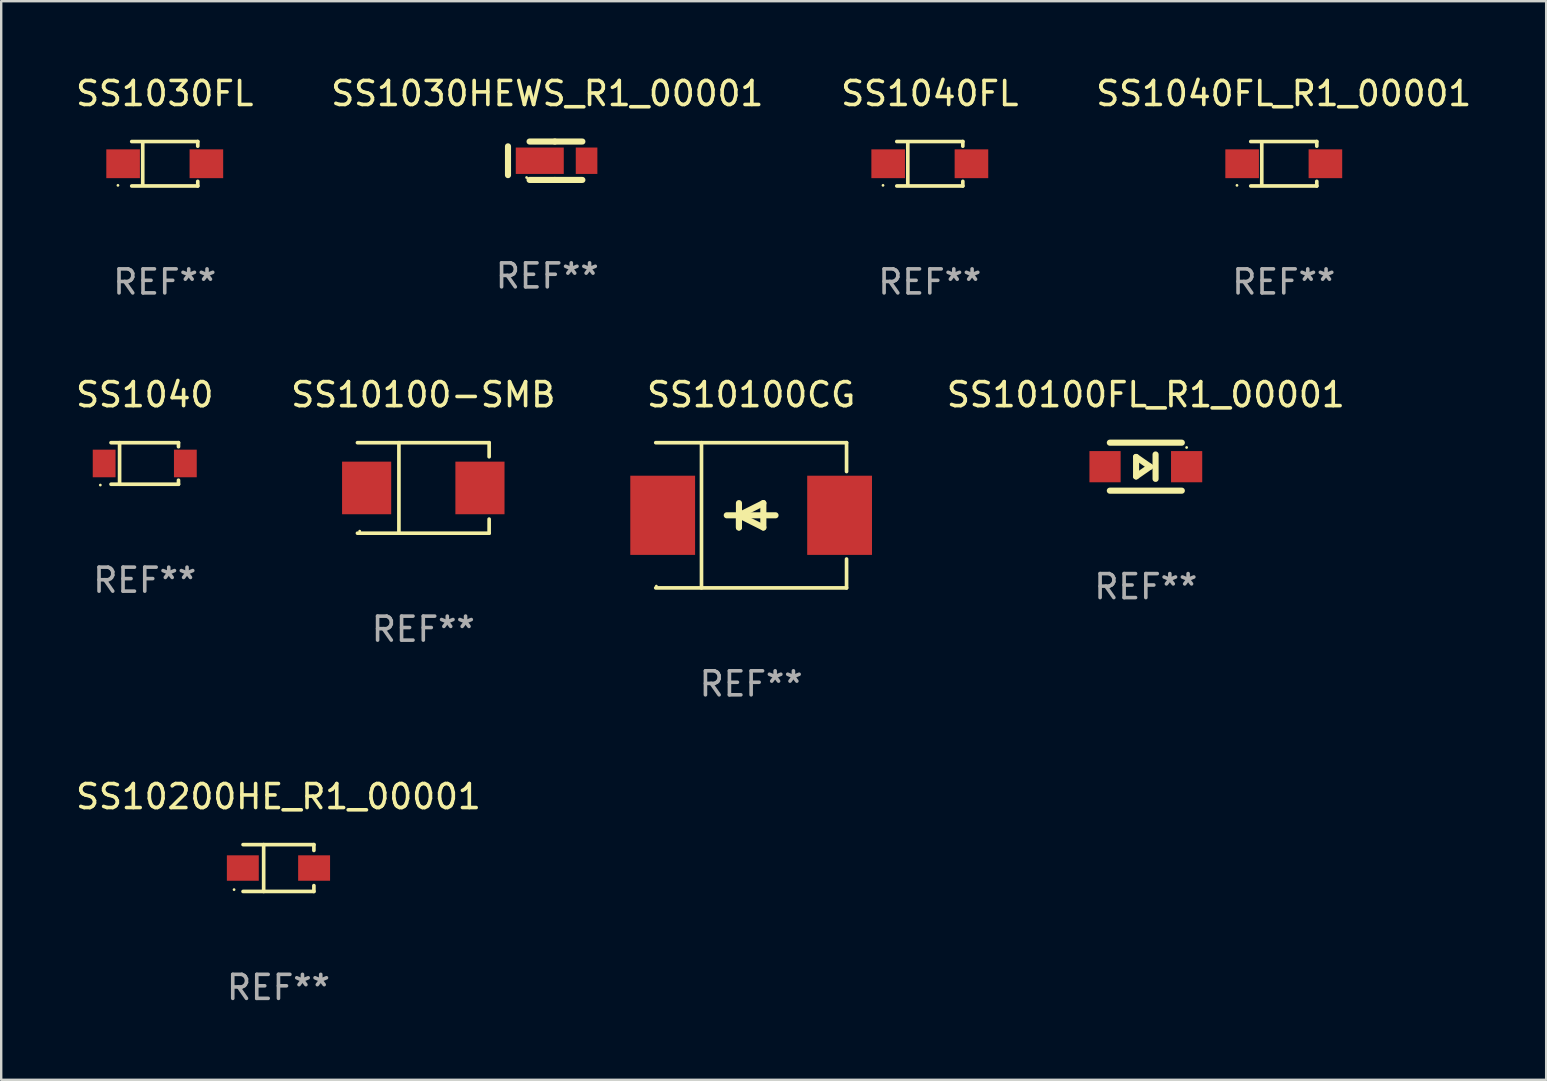
<source format=kicad_pcb>
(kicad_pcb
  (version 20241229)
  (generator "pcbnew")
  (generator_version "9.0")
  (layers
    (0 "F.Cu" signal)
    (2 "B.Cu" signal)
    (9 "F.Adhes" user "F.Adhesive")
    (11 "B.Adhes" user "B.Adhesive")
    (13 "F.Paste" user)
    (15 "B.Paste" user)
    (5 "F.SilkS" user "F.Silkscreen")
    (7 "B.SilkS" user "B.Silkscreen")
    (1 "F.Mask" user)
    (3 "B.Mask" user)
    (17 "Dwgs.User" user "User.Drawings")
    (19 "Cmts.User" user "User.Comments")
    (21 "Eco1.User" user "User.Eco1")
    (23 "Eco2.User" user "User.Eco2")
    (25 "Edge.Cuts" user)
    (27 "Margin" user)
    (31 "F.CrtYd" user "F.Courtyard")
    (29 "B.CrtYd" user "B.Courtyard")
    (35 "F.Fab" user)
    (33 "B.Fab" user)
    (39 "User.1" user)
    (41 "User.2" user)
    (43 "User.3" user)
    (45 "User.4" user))
  (footprint "SS10100CG"
    (layer "F.Cu")
    (at 28.251 18.423)
    (property "Reference" "SS10100CG" (at 0 -5.026 0) (layer "F.SilkS") (effects (font (size 1 1) (thickness 0.15))))
    (attr through_hole)
    (fp_line (start -3.976 -3.026) (end 3.976 -3.026) (stroke (width 0.152) (type solid)) (layer "F.SilkS"))
    (fp_line (start -3.976 3.026) (end 3.976 3.026) (stroke (width 0.152) (type solid)) (layer "F.SilkS"))
    (fp_line (start -2.069 -3.026) (end -2.069 3.026) (stroke (width 0.152) (type solid)) (layer "F.SilkS"))
    (fp_line (start -0.508 0) (end -0.508 0.508) (stroke (width 0.254) (type solid)) (layer "F.SilkS"))
    (fp_line (start -0.508 0) (end 0.508 0.508) (stroke (width 0.254) (type solid)) (layer "F.SilkS"))
    (fp_line (start -0.508 0.508) (end -0.508 -0.508) (stroke (width 0.254) (type solid)) (layer "F.SilkS"))
    (fp_line (start 0.508 -0.508) (end -0.508 0) (stroke (width 0.254) (type solid)) (layer "F.SilkS"))
    (fp_line (start 0.508 0.508) (end 0.508 -0.508) (stroke (width 0.254) (type solid)) (layer "F.SilkS"))
    (fp_line (start 1.016 0) (end -1.016 0) (stroke (width 0.254) (type solid)) (layer "F.SilkS"))
    (fp_line (start 3.976 -3.026) (end 3.976 -1.823) (stroke (width 0.152) (type solid)) (layer "F.SilkS"))
    (fp_line (start 3.976 3.026) (end 3.976 1.823) (stroke (width 0.152) (type solid)) (layer "F.SilkS"))
    (fp_circle (center -3.95 2.95) (end -3.92 2.95) (stroke (width 0.06) (type solid)) (fill no) (layer "F.SilkS"))
    (fp_text user "REF**" (at 0 7.026 0) (layer "F.Fab") (effects (font (size 1 1) (thickness 0.15))))
    (pad "1" smd rect (at -3.686 0) (size 2.7 3.3) (layers "F.Cu" "F.Mask" "F.Paste"))
    (pad "2" smd rect (at 3.686 0) (size 2.7 3.3) (layers "F.Cu" "F.Mask" "F.Paste")))
  (footprint "SS1040FL"
    (layer "F.Cu")
    (at 35.696 3.774)
    (property "Reference" "SS1040FL" (at 0 -2.926 0) (layer "F.SilkS") (effects (font (size 1 1) (thickness 0.15))))
    (attr through_hole)
    (fp_line (start -1.376 -0.926) (end 1.376 -0.926) (stroke (width 0.152) (type solid)) (layer "F.SilkS"))
    (fp_line (start -1.376 0.926) (end 1.376 0.926) (stroke (width 0.152) (type solid)) (layer "F.SilkS"))
    (fp_line (start -0.917 -0.876) (end -0.917 0.876) (stroke (width 0.152) (type solid)) (layer "F.SilkS"))
    (fp_line (start 1.376 -0.926) (end 1.376 -0.733) (stroke (width 0.152) (type solid)) (layer "F.SilkS"))
    (fp_line (start 1.376 0.926) (end 1.376 0.733) (stroke (width 0.152) (type solid)) (layer "F.SilkS"))
    (fp_circle (center -1.95 0.9) (end -1.92 0.9) (stroke (width 0.06) (type solid)) (fill no) (layer "F.SilkS"))
    (fp_text user "REF**" (at 0 4.926 0) (layer "F.Fab") (effects (font (size 1 1) (thickness 0.15))))
    (pad "1" smd rect (at -1.735 0) (size 1.4 1.2) (layers "F.Cu" "F.Mask" "F.Paste"))
    (pad "2" smd rect (at 1.735 0) (size 1.4 1.2) (layers "F.Cu" "F.Mask" "F.Paste")))
  (footprint "SS1030FL"
    (layer "F.Cu")
    (at 3.815 3.774)
    (property "Reference" "SS1030FL" (at 0 -2.926 0) (layer "F.SilkS") (effects (font (size 1 1) (thickness 0.15))))
    (attr through_hole)
    (fp_line (start -1.376 -0.926) (end 1.376 -0.926) (stroke (width 0.152) (type solid)) (layer "F.SilkS"))
    (fp_line (start -1.376 0.926) (end 1.376 0.926) (stroke (width 0.152) (type solid)) (layer "F.SilkS"))
    (fp_line (start -0.917 -0.876) (end -0.917 0.876) (stroke (width 0.152) (type solid)) (layer "F.SilkS"))
    (fp_line (start 1.376 -0.926) (end 1.376 -0.733) (stroke (width 0.152) (type solid)) (layer "F.SilkS"))
    (fp_line (start 1.376 0.926) (end 1.376 0.733) (stroke (width 0.152) (type solid)) (layer "F.SilkS"))
    (fp_circle (center -1.95 0.9) (end -1.92 0.9) (stroke (width 0.06) (type solid)) (fill no) (layer "F.SilkS"))
    (fp_text user "REF**" (at 0 4.926 0) (layer "F.Fab") (effects (font (size 1 1) (thickness 0.15))))
    (pad "1" smd rect (at -1.735 0) (size 1.4 1.2) (layers "F.Cu" "F.Mask" "F.Paste"))
    (pad "2" smd rect (at 1.735 0) (size 1.4 1.2) (layers "F.Cu" "F.Mask" "F.Paste")))
  (footprint "SS10100FL_R1_00001"
    (layer "F.Cu")
    (at 44.698 16.397)
    (property "Reference" "SS10100FL_R1_00001" (at 0 -3 0) (layer "F.SilkS") (effects (font (size 1 1) (thickness 0.15))))
    (attr through_hole)
    (fp_line (start -1.5 -1) (end 1.5 -1) (stroke (width 0.254) (type solid)) (layer "F.SilkS"))
    (fp_line (start -0.406 -0.406) (end 0.178 0) (stroke (width 0.254) (type solid)) (layer "F.SilkS"))
    (fp_line (start -0.406 0.406) (end -0.406 -0.406) (stroke (width 0.254) (type solid)) (layer "F.SilkS"))
    (fp_line (start 0.178 0) (end -0.406 0.406) (stroke (width 0.254) (type solid)) (layer "F.SilkS"))
    (fp_line (start 0.406 0.508) (end 0.406 -0.508) (stroke (width 0.254) (type solid)) (layer "F.SilkS"))
    (fp_line (start 1.5 1) (end -1.5 1) (stroke (width 0.254) (type solid)) (layer "F.SilkS"))
    (fp_circle (center 1.7 -0.8) (end 1.73 -0.8) (stroke (width 0.06) (type solid)) (fill no) (layer "F.SilkS"))
    (fp_text user "REF**" (at 0 5 0) (layer "F.Fab") (effects (font (size 1 1) (thickness 0.15))))
    (pad "1" smd rect (at 1.7 0 180) (size 1.3 1.3) (layers "F.Cu" "F.Mask" "F.Paste"))
    (pad "2" smd rect (at -1.7 0 180) (size 1.3 1.3) (layers "F.Cu" "F.Mask" "F.Paste")))
  (footprint "SS1030HEWS_R1_00001"
    (layer "F.Cu")
    (at 19.756 3.648)
    (property "Reference" "SS1030HEWS_R1_00001" (at 0 -2.8 0) (layer "F.SilkS") (effects (font (size 1 1) (thickness 0.15))))
    (attr through_hole)
    (fp_line (start -1.637 -0.6) (end -1.637 0.6) (stroke (width 0.254) (type solid)) (layer "F.SilkS"))
    (fp_line (start -0.738 -0.8) (end 0.314 -0.8) (stroke (width 0.254) (type solid)) (layer "F.SilkS"))
    (fp_line (start -0.738 0.8) (end 0.314 0.8) (stroke (width 0.254) (type solid)) (layer "F.SilkS"))
    (fp_line (start 0.314 0.8) (end 1.462 0.8) (stroke (width 0.254) (type solid)) (layer "F.SilkS"))
    (fp_line (start 0.314 -0.8) (end 1.462 -0.8) (stroke (width 0.254) (type solid)) (layer "F.SilkS"))
    (fp_circle (center -0.862 0.7) (end -0.832 0.7) (stroke (width 0.06) (type solid)) (fill no) (layer "F.SilkS"))
    (fp_text user "REF**" (at 0 4.8 0) (layer "F.Fab") (effects (font (size 1 1) (thickness 0.15))))
    (pad "1" smd rect (at -0.313 -0.000064) (size 2 1.1) (layers "F.Cu" "F.Mask" "F.Paste"))
    (pad "2" smd rect (at 1.637 -0.000064) (size 0.9 1.1) (layers "F.Cu" "F.Mask" "F.Paste")))
  (footprint "SS1040FL_R1_00001"
    (layer "F.Cu")
    (at 50.446 3.774)
    (property "Reference" "SS1040FL_R1_00001" (at 0 -2.926 0) (layer "F.SilkS") (effects (font (size 1 1) (thickness 0.15))))
    (attr through_hole)
    (fp_line (start -1.376 -0.926) (end 1.376 -0.926) (stroke (width 0.152) (type solid)) (layer "F.SilkS"))
    (fp_line (start -1.376 0.926) (end 1.376 0.926) (stroke (width 0.152) (type solid)) (layer "F.SilkS"))
    (fp_line (start -0.917 -0.876) (end -0.917 0.876) (stroke (width 0.152) (type solid)) (layer "F.SilkS"))
    (fp_line (start 1.376 -0.926) (end 1.376 -0.733) (stroke (width 0.152) (type solid)) (layer "F.SilkS"))
    (fp_line (start 1.376 0.926) (end 1.376 0.733) (stroke (width 0.152) (type solid)) (layer "F.SilkS"))
    (fp_circle (center -1.95 0.9) (end -1.92 0.9) (stroke (width 0.06) (type solid)) (fill no) (layer "F.SilkS"))
    (fp_text user "REF**" (at 0 4.926 0) (layer "F.Fab") (effects (font (size 1 1) (thickness 0.15))))
    (pad "1" smd rect (at -1.735 0) (size 1.4 1.2) (layers "F.Cu" "F.Mask" "F.Paste"))
    (pad "2" smd rect (at 1.735 0) (size 1.4 1.2) (layers "F.Cu" "F.Mask" "F.Paste")))
  (footprint "SS10200HE_R1_00001"
    (layer "F.Cu")
    (at 8.554 33.122)
    (property "Reference" "SS10200HE_R1_00001" (at 0 -2.976 0) (layer "F.SilkS") (effects (font (size 1 1) (thickness 0.15))))
    (attr through_hole)
    (fp_line (start -1.476 -0.976) (end 1.476 -0.976) (stroke (width 0.152) (type solid)) (layer "F.SilkS"))
    (fp_line (start -1.476 0.976) (end 1.476 0.976) (stroke (width 0.152) (type solid)) (layer "F.SilkS"))
    (fp_line (start -0.617 -0.976) (end -0.617 0.976) (stroke (width 0.152) (type solid)) (layer "F.SilkS"))
    (fp_line (start 1.476 -0.976) (end 1.476 -0.733) (stroke (width 0.152) (type solid)) (layer "F.SilkS"))
    (fp_line (start 1.476 0.976) (end 1.476 0.733) (stroke (width 0.152) (type solid)) (layer "F.SilkS"))
    (fp_circle (center -1.85 0.9) (end -1.82 0.9) (stroke (width 0.06) (type solid)) (fill no) (layer "F.SilkS"))
    (fp_text user "REF**" (at 0 4.976 0) (layer "F.Fab") (effects (font (size 1 1) (thickness 0.15))))
    (pad "1" smd rect (at -1.485 0) (size 1.33 1.06) (layers "F.Cu" "F.Mask" "F.Paste"))
    (pad "2" smd rect (at 1.485 0) (size 1.33 1.06) (layers "F.Cu" "F.Mask" "F.Paste")))
  (footprint "SS1040"
    (layer "F.Cu")
    (at 2.982 16.263)
    (property "Reference" "SS1040" (at 0 -2.866 0) (layer "F.SilkS") (effects (font (size 1 1) (thickness 0.15))))
    (attr through_hole)
    (fp_line (start -1.406 -0.866) (end 1.406 -0.866) (stroke (width 0.152) (type solid)) (layer "F.SilkS"))
    (fp_line (start -1.406 0.866) (end 1.406 0.866) (stroke (width 0.152) (type solid)) (layer "F.SilkS"))
    (fp_line (start -1.049 -0.866) (end -1.049 0.866) (stroke (width 0.152) (type solid)) (layer "F.SilkS"))
    (fp_line (start 1.406 -0.866) (end 1.406 -0.698) (stroke (width 0.152) (type solid)) (layer "F.SilkS"))
    (fp_line (start 1.406 0.866) (end 1.406 0.698) (stroke (width 0.152) (type solid)) (layer "F.SilkS"))
    (fp_circle (center -1.851 0.9) (end -1.821 0.9) (stroke (width 0.06) (type solid)) (fill no) (layer "F.SilkS"))
    (fp_text user "REF**" (at 0 4.866 0) (layer "F.Fab") (effects (font (size 1 1) (thickness 0.15))))
    (pad "1" smd rect (at -1.692 0) (size 0.95 1.15) (layers "F.Cu" "F.Mask" "F.Paste"))
    (pad "2" smd rect (at 1.692 0) (size 0.95 1.15) (layers "F.Cu" "F.Mask" "F.Paste")))
  (footprint "SS10100-SMB"
    (layer "F.Cu")
    (at 14.589 17.283)
    (property "Reference" "SS10100-SMB" (at 0 -3.886 0) (layer "F.SilkS") (effects (font (size 1 1) (thickness 0.15))))
    (attr through_hole)
    (fp_line (start -2.744 -1.886) (end 2.744 -1.886) (stroke (width 0.152) (type solid)) (layer "F.SilkS"))
    (fp_line (start -2.744 1.886) (end 2.744 1.886) (stroke (width 0.152) (type solid)) (layer "F.SilkS"))
    (fp_line (start -1.016 -1.886) (end -1.016 1.886) (stroke (width 0.152) (type solid)) (layer "F.SilkS"))
    (fp_line (start 2.744 -1.886) (end 2.744 -1.299) (stroke (width 0.152) (type solid)) (layer "F.SilkS"))
    (fp_line (start 2.744 1.886) (end 2.744 1.299) (stroke (width 0.152) (type solid)) (layer "F.SilkS"))
    (fp_circle (center -2.65 1.8) (end -2.62 1.8) (stroke (width 0.06) (type solid)) (fill no) (layer "F.SilkS"))
    (fp_text user "REF**" (at 0 5.886 0) (layer "F.Fab") (effects (font (size 1 1) (thickness 0.15))))
    (pad "1" smd rect (at -2.361 0) (size 2.047 2.192) (layers "F.Cu" "F.Mask" "F.Paste"))
    (pad "2" smd rect (at 2.361 0) (size 2.047 2.192) (layers "F.Cu" "F.Mask" "F.Paste")))
  (gr_rect
    (start -3 -3)
    (end 61.381 41.947)
    (stroke (width 0.1) (type default))
    (fill no)
    (layer "Edge.Cuts")))
</source>
